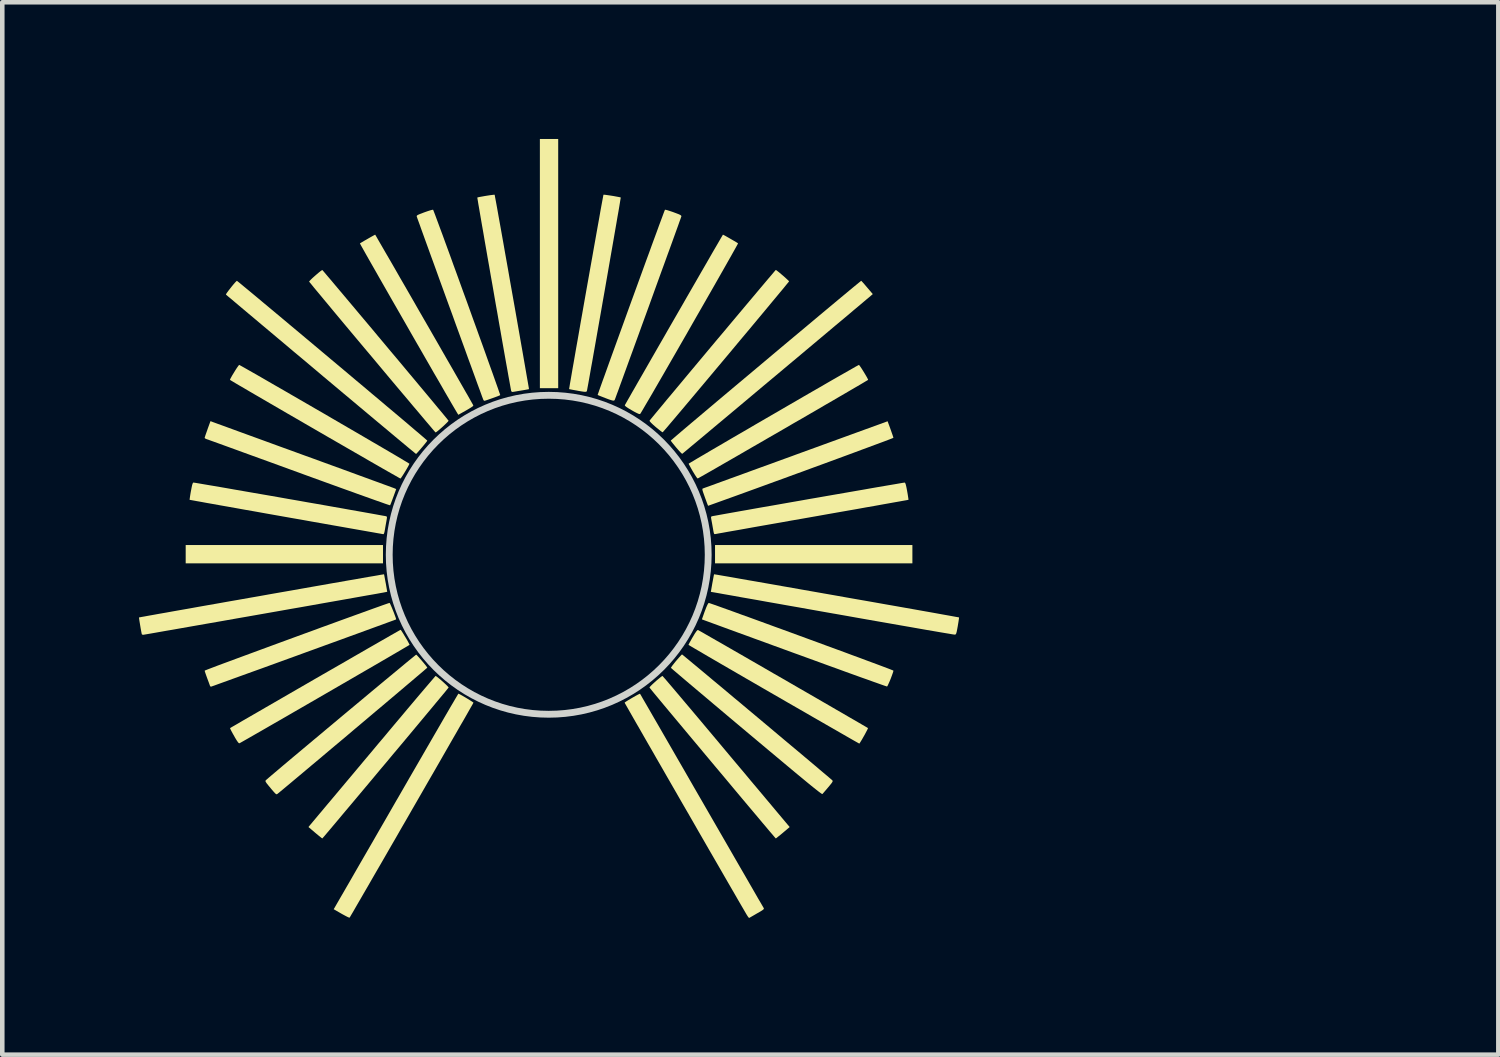
<source format=kicad_pcb>
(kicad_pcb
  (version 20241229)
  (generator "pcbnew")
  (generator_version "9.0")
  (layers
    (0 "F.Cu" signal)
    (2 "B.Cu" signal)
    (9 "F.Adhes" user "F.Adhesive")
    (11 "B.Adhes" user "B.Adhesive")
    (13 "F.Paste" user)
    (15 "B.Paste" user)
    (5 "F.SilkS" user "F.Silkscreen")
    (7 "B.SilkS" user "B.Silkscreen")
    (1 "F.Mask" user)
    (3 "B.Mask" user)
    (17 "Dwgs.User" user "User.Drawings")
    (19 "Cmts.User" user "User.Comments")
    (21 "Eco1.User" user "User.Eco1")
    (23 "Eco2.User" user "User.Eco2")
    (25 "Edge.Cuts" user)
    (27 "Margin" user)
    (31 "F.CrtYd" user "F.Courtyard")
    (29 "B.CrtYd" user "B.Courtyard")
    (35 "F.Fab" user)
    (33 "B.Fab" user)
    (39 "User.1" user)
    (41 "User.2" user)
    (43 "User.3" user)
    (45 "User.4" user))
  (footprint "_FP_Pot_15mmKnob_StdScale"
    (layer "F.Cu")
    (at 8.992 9.125)
    (property "Reference" "_FP_Pot_15mmKnob_StdScale" (at -4.6 -4.1 0) (layer "Eco2.User") (effects (font (size 1 1) (thickness 0.15)) (justify left bottom)))
    (attr through_hole)
    (fp_poly (pts (xy -3.637 -0.013) (xy -3.637 0.188) (xy -5.802 0.188) (xy -7.967 0.188) (xy -7.967 -0.013) (xy -7.967 -0.214) (xy -5.802 -0.214) (xy -3.637 -0.214)) (stroke (width 0) (type solid)) (fill yes) (layer "F.SilkS"))
    (fp_poly (pts (xy 0.208 -6.391) (xy 0.208 -3.656) (xy 0.007 -3.656) (xy -0.194 -3.656) (xy -0.194 -6.391) (xy -0.194 -9.125) (xy 0.007 -9.125) (xy 0.208 -9.125)) (stroke (width 0) (type solid)) (fill yes) (layer "F.SilkS"))
    (fp_poly (pts (xy 7.981 -0.013) (xy 7.981 0.188) (xy 5.816 0.188) (xy 3.65 0.188) (xy 3.65 -0.013) (xy 3.65 -0.214) (xy 5.816 -0.214) (xy 7.981 -0.214)) (stroke (width 0) (type solid)) (fill yes) (layer "F.SilkS"))
    (fp_poly (pts (xy 7.501 -2.756) (xy 7.524 -2.69) (xy 7.544 -2.633) (xy 7.558 -2.591) (xy 7.564 -2.569) (xy 7.564 -2.567) (xy 7.551 -2.561) (xy 7.514 -2.546) (xy 7.454 -2.523) (xy 7.373 -2.492) (xy 7.273 -2.455) (xy 7.154 -2.411) (xy 7.02 -2.361) (xy 6.871 -2.306) (xy 6.71 -2.246) (xy 6.537 -2.182) (xy 6.355 -2.115) (xy 6.165 -2.045) (xy 5.969 -1.973) (xy 5.769 -1.9) (xy 5.566 -1.825) (xy 5.361 -1.751) (xy 5.158 -1.676) (xy 4.956 -1.603) (xy 4.759 -1.531) (xy 4.567 -1.461) (xy 4.382 -1.394) (xy 4.206 -1.33) (xy 4.04 -1.27) (xy 3.887 -1.215) (xy 3.748 -1.165) (xy 3.662 -1.134) (xy 3.497 -1.075) (xy 3.482 -1.113) (xy 3.471 -1.141) (xy 3.454 -1.189) (xy 3.432 -1.248) (xy 3.414 -1.299) (xy 3.391 -1.364) (xy 3.377 -1.407) (xy 3.372 -1.434) (xy 3.373 -1.448) (xy 3.382 -1.455) (xy 3.384 -1.455) (xy 3.399 -1.461) (xy 3.44 -1.476) (xy 3.503 -1.498) (xy 3.588 -1.529) (xy 3.694 -1.568) (xy 3.818 -1.613) (xy 3.96 -1.665) (xy 4.118 -1.722) (xy 4.291 -1.785) (xy 4.477 -1.853) (xy 4.675 -1.925) (xy 4.883 -2) (xy 5.101 -2.08) (xy 5.325 -2.161) (xy 5.422 -2.197) (xy 7.437 -2.93)) (stroke (width 0) (type solid)) (fill yes) (layer "F.SilkS"))
    (fp_poly (pts (xy 2.506 2.669) (xy 2.533 2.7) (xy 2.576 2.749) (xy 2.633 2.816) (xy 2.703 2.898) (xy 2.786 2.996) (xy 2.88 3.107) (xy 2.984 3.231) (xy 3.098 3.365) (xy 3.219 3.509) (xy 3.348 3.662) (xy 3.482 3.822) (xy 3.604 3.967) (xy 3.749 4.14) (xy 3.893 4.312) (xy 4.035 4.482) (xy 4.174 4.647) (xy 4.308 4.806) (xy 4.434 4.958) (xy 4.553 5.099) (xy 4.662 5.229) (xy 4.76 5.346) (xy 4.846 5.448) (xy 4.917 5.533) (xy 4.973 5.6) (xy 4.994 5.625) (xy 5.288 5.975) (xy 5.139 6.101) (xy 5.085 6.146) (xy 5.038 6.183) (xy 5.004 6.211) (xy 4.985 6.224) (xy 4.983 6.225) (xy 4.973 6.214) (xy 4.947 6.184) (xy 4.905 6.134) (xy 4.847 6.067) (xy 4.776 5.982) (xy 4.692 5.883) (xy 4.596 5.768) (xy 4.489 5.641) (xy 4.371 5.501) (xy 4.245 5.351) (xy 4.11 5.19) (xy 3.969 5.021) (xy 3.821 4.844) (xy 3.667 4.661) (xy 3.596 4.576) (xy 3.44 4.39) (xy 3.29 4.21) (xy 3.145 4.037) (xy 3.007 3.872) (xy 2.877 3.716) (xy 2.755 3.57) (xy 2.643 3.436) (xy 2.542 3.315) (xy 2.452 3.207) (xy 2.375 3.114) (xy 2.312 3.038) (xy 2.263 2.978) (xy 2.23 2.937) (xy 2.213 2.916) (xy 2.211 2.913) (xy 2.219 2.9) (xy 2.244 2.873) (xy 2.281 2.837) (xy 2.326 2.796) (xy 2.373 2.754) (xy 2.419 2.716) (xy 2.458 2.684) (xy 2.486 2.664) (xy 2.496 2.659)) (stroke (width 0) (type solid)) (fill yes) (layer "F.SilkS"))
    (fp_poly (pts (xy -2.466 2.668) (xy -2.435 2.691) (xy -2.394 2.725) (xy -2.347 2.765) (xy -2.3 2.807) (xy -2.257 2.847) (xy -2.223 2.881) (xy -2.201 2.905) (xy -2.197 2.913) (xy -2.206 2.925) (xy -2.232 2.957) (xy -2.273 3.008) (xy -2.329 3.075) (xy -2.398 3.158) (xy -2.479 3.255) (xy -2.57 3.365) (xy -2.672 3.487) (xy -2.781 3.618) (xy -2.898 3.758) (xy -3.021 3.906) (xy -3.149 4.059) (xy -3.281 4.217) (xy -3.416 4.377) (xy -3.551 4.54) (xy -3.688 4.702) (xy -3.823 4.864) (xy -3.956 5.023) (xy -4.086 5.178) (xy -4.211 5.327) (xy -4.331 5.47) (xy -4.445 5.605) (xy -4.55 5.73) (xy -4.646 5.845) (xy -4.732 5.947) (xy -4.806 6.035) (xy -4.868 6.108) (xy -4.916 6.165) (xy -4.95 6.204) (xy -4.967 6.223) (xy -4.969 6.225) (xy -4.981 6.217) (xy -5.011 6.194) (xy -5.054 6.159) (xy -5.106 6.116) (xy -5.125 6.1) (xy -5.273 5.974) (xy -5.021 5.673) (xy -4.979 5.624) (xy -4.922 5.555) (xy -4.849 5.468) (xy -4.762 5.365) (xy -4.664 5.248) (xy -4.554 5.117) (xy -4.435 4.975) (xy -4.308 4.824) (xy -4.174 4.664) (xy -4.035 4.498) (xy -3.892 4.328) (xy -3.747 4.154) (xy -3.63 4.016) (xy -3.489 3.847) (xy -3.353 3.685) (xy -3.223 3.531) (xy -3.1 3.384) (xy -2.985 3.248) (xy -2.879 3.122) (xy -2.783 3.009) (xy -2.698 2.909) (xy -2.626 2.825) (xy -2.567 2.756) (xy -2.523 2.705) (xy -2.495 2.672) (xy -2.483 2.659) (xy -2.482 2.659)) (stroke (width 0) (type solid)) (fill yes) (layer "F.SilkS"))
    (fp_poly (pts (xy -7.386 -2.919) (xy -7.369 -2.912) (xy -7.327 -2.897) (xy -7.262 -2.873) (xy -7.176 -2.842) (xy -7.069 -2.803) (xy -6.943 -2.757) (xy -6.801 -2.705) (xy -6.642 -2.647) (xy -6.469 -2.584) (xy -6.282 -2.516) (xy -6.085 -2.444) (xy -5.877 -2.368) (xy -5.661 -2.29) (xy -5.437 -2.208) (xy -5.385 -2.189) (xy -5.16 -2.108) (xy -4.942 -2.028) (xy -4.733 -1.952) (xy -4.532 -1.879) (xy -4.344 -1.81) (xy -4.167 -1.745) (xy -4.005 -1.686) (xy -3.858 -1.632) (xy -3.728 -1.585) (xy -3.617 -1.544) (xy -3.526 -1.511) (xy -3.456 -1.485) (xy -3.409 -1.468) (xy -3.386 -1.459) (xy -3.384 -1.458) (xy -3.347 -1.442) (xy -3.41 -1.269) (xy -3.434 -1.204) (xy -3.455 -1.149) (xy -3.471 -1.108) (xy -3.481 -1.087) (xy -3.482 -1.086) (xy -3.496 -1.09) (xy -3.534 -1.102) (xy -3.596 -1.123) (xy -3.679 -1.153) (xy -3.783 -1.189) (xy -3.906 -1.233) (xy -4.046 -1.283) (xy -4.203 -1.339) (xy -4.374 -1.401) (xy -4.558 -1.467) (xy -4.754 -1.538) (xy -4.961 -1.613) (xy -5.176 -1.691) (xy -5.399 -1.772) (xy -5.469 -1.798) (xy -5.695 -1.88) (xy -5.914 -1.96) (xy -6.125 -2.037) (xy -6.327 -2.11) (xy -6.517 -2.179) (xy -6.696 -2.244) (xy -6.86 -2.304) (xy -7.009 -2.358) (xy -7.141 -2.406) (xy -7.254 -2.447) (xy -7.348 -2.481) (xy -7.421 -2.507) (xy -7.47 -2.525) (xy -7.496 -2.534) (xy -7.499 -2.534) (xy -7.532 -2.548) (xy -7.55 -2.562) (xy -7.551 -2.565) (xy -7.546 -2.584) (xy -7.534 -2.622) (xy -7.515 -2.676) (xy -7.492 -2.741) (xy -7.487 -2.757) (xy -7.423 -2.933)) (stroke (width 0) (type solid)) (fill yes) (layer "F.SilkS"))
    (fp_poly (pts (xy -6.777 -4.159) (xy -6.739 -4.138) (xy -6.68 -4.105) (xy -6.603 -4.061) (xy -6.508 -4.007) (xy -6.397 -3.944) (xy -6.272 -3.872) (xy -6.134 -3.792) (xy -5.985 -3.706) (xy -5.826 -3.615) (xy -5.659 -3.518) (xy -5.486 -3.418) (xy -5.308 -3.315) (xy -5.127 -3.21) (xy -4.943 -3.104) (xy -4.76 -2.997) (xy -4.578 -2.891) (xy -4.399 -2.787) (xy -4.225 -2.686) (xy -4.057 -2.588) (xy -3.897 -2.494) (xy -3.745 -2.406) (xy -3.605 -2.324) (xy -3.477 -2.249) (xy -3.363 -2.182) (xy -3.265 -2.124) (xy -3.184 -2.075) (xy -3.121 -2.038) (xy -3.079 -2.012) (xy -3.058 -1.999) (xy -3.057 -1.998) (xy -3.067 -1.974) (xy -3.087 -1.936) (xy -3.115 -1.887) (xy -3.147 -1.833) (xy -3.18 -1.779) (xy -3.21 -1.732) (xy -3.235 -1.695) (xy -3.251 -1.675) (xy -3.254 -1.673) (xy -3.268 -1.68) (xy -3.304 -1.7) (xy -3.361 -1.733) (xy -3.439 -1.777) (xy -3.536 -1.832) (xy -3.65 -1.897) (xy -3.78 -1.972) (xy -3.925 -2.055) (xy -4.083 -2.147) (xy -4.254 -2.245) (xy -4.436 -2.35) (xy -4.628 -2.461) (xy -4.828 -2.576) (xy -5.035 -2.696) (xy -5.132 -2.752) (xy -5.341 -2.873) (xy -5.544 -2.991) (xy -5.74 -3.104) (xy -5.925 -3.212) (xy -6.101 -3.314) (xy -6.264 -3.409) (xy -6.415 -3.497) (xy -6.551 -3.576) (xy -6.671 -3.647) (xy -6.775 -3.707) (xy -6.86 -3.757) (xy -6.925 -3.796) (xy -6.97 -3.823) (xy -6.993 -3.837) (xy -6.995 -3.839) (xy -6.989 -3.858) (xy -6.97 -3.893) (xy -6.944 -3.94) (xy -6.912 -3.992) (xy -6.879 -4.046) (xy -6.847 -4.096) (xy -6.819 -4.136) (xy -6.8 -4.161) (xy -6.792 -4.167)) (stroke (width 0) (type solid)) (fill yes) (layer "F.SilkS"))
    (fp_poly (pts (xy -4.958 -6.238) (xy -4.931 -6.207) (xy -4.889 -6.157) (xy -4.833 -6.091) (xy -4.763 -6.009) (xy -4.682 -5.912) (xy -4.59 -5.803) (xy -4.488 -5.682) (xy -4.378 -5.551) (xy -4.26 -5.411) (xy -4.137 -5.264) (xy -4.008 -5.111) (xy -3.876 -4.954) (xy -3.742 -4.793) (xy -3.606 -4.631) (xy -3.47 -4.468) (xy -3.334 -4.307) (xy -3.201 -4.148) (xy -3.072 -3.993) (xy -2.946 -3.843) (xy -2.827 -3.7) (xy -2.714 -3.565) (xy -2.609 -3.439) (xy -2.514 -3.325) (xy -2.429 -3.222) (xy -2.355 -3.134) (xy -2.294 -3.06) (xy -2.247 -3.003) (xy -2.216 -2.964) (xy -2.2 -2.945) (xy -2.198 -2.942) (xy -2.206 -2.929) (xy -2.231 -2.902) (xy -2.268 -2.866) (xy -2.312 -2.824) (xy -2.359 -2.782) (xy -2.405 -2.742) (xy -2.444 -2.71) (xy -2.472 -2.69) (xy -2.483 -2.685) (xy -2.493 -2.695) (xy -2.52 -2.726) (xy -2.562 -2.775) (xy -2.619 -2.843) (xy -2.691 -2.927) (xy -2.775 -3.027) (xy -2.871 -3.141) (xy -2.979 -3.268) (xy -3.096 -3.408) (xy -3.223 -3.558) (xy -3.358 -3.718) (xy -3.5 -3.887) (xy -3.648 -4.064) (xy -3.801 -4.247) (xy -3.872 -4.332) (xy -4.028 -4.517) (xy -4.179 -4.697) (xy -4.324 -4.87) (xy -4.462 -5.035) (xy -4.592 -5.191) (xy -4.714 -5.337) (xy -4.825 -5.471) (xy -4.927 -5.593) (xy -5.016 -5.701) (xy -5.093 -5.793) (xy -5.157 -5.87) (xy -5.205 -5.93) (xy -5.239 -5.971) (xy -5.256 -5.992) (xy -5.258 -5.995) (xy -5.249 -6.009) (xy -5.223 -6.036) (xy -5.186 -6.072) (xy -5.14 -6.113) (xy -5.092 -6.155) (xy -5.046 -6.194) (xy -5.007 -6.225) (xy -4.979 -6.244) (xy -4.968 -6.249)) (stroke (width 0) (type solid)) (fill yes) (layer "F.SilkS"))
    (fp_poly (pts (xy 3.53 1.062) (xy 3.571 1.076) (xy 3.634 1.098) (xy 3.719 1.128) (xy 3.822 1.165) (xy 3.942 1.208) (xy 4.078 1.257) (xy 4.228 1.312) (xy 4.39 1.37) (xy 4.563 1.433) (xy 4.744 1.499) (xy 4.932 1.568) (xy 5.125 1.638) (xy 5.322 1.71) (xy 5.521 1.783) (xy 5.72 1.856) (xy 5.917 1.928) (xy 6.111 2) (xy 6.3 2.069) (xy 6.483 2.136) (xy 6.657 2.201) (xy 6.821 2.261) (xy 6.973 2.318) (xy 7.111 2.369) (xy 7.235 2.415) (xy 7.341 2.455) (xy 7.429 2.488) (xy 7.496 2.514) (xy 7.541 2.532) (xy 7.563 2.541) (xy 7.564 2.542) (xy 7.56 2.567) (xy 7.546 2.608) (xy 7.527 2.661) (xy 7.505 2.72) (xy 7.481 2.778) (xy 7.458 2.829) (xy 7.44 2.868) (xy 7.427 2.889) (xy 7.424 2.891) (xy 7.409 2.886) (xy 7.369 2.873) (xy 7.306 2.851) (xy 7.222 2.821) (xy 7.117 2.784) (xy 6.993 2.739) (xy 6.851 2.689) (xy 6.693 2.632) (xy 6.521 2.57) (xy 6.335 2.502) (xy 6.138 2.431) (xy 5.93 2.355) (xy 5.713 2.276) (xy 5.488 2.194) (xy 5.385 2.157) (xy 5.158 2.074) (xy 4.938 1.994) (xy 4.726 1.916) (xy 4.524 1.843) (xy 4.334 1.773) (xy 4.157 1.709) (xy 3.993 1.649) (xy 3.846 1.595) (xy 3.715 1.547) (xy 3.603 1.506) (xy 3.51 1.472) (xy 3.439 1.446) (xy 3.39 1.428) (xy 3.366 1.419) (xy 3.363 1.418) (xy 3.366 1.405) (xy 3.378 1.371) (xy 3.396 1.32) (xy 3.418 1.257) (xy 3.426 1.236) (xy 3.458 1.152) (xy 3.484 1.095) (xy 3.503 1.064) (xy 3.512 1.057)) (stroke (width 0) (type solid)) (fill yes) (layer "F.SilkS"))
    (fp_poly (pts (xy -3.799 -7.01) (xy -3.777 -6.972) (xy -3.744 -6.914) (xy -3.699 -6.836) (xy -3.644 -6.741) (xy -3.58 -6.63) (xy -3.507 -6.505) (xy -3.427 -6.367) (xy -3.341 -6.217) (xy -3.25 -6.058) (xy -3.153 -5.891) (xy -3.053 -5.717) (xy -2.95 -5.538) (xy -2.846 -5.356) (xy -2.74 -5.172) (xy -2.634 -4.989) (xy -2.529 -4.806) (xy -2.426 -4.627) (xy -2.326 -4.452) (xy -2.229 -4.283) (xy -2.136 -4.122) (xy -2.049 -3.97) (xy -1.969 -3.83) (xy -1.895 -3.701) (xy -1.83 -3.587) (xy -1.773 -3.489) (xy -1.727 -3.407) (xy -1.692 -3.345) (xy -1.668 -3.303) (xy -1.657 -3.283) (xy -1.656 -3.282) (xy -1.656 -3.273) (xy -1.663 -3.263) (xy -1.679 -3.25) (xy -1.707 -3.231) (xy -1.75 -3.205) (xy -1.811 -3.169) (xy -1.893 -3.123) (xy -1.925 -3.105) (xy -1.983 -3.072) (xy -2.004 -3.104) (xy -2.02 -3.131) (xy -2.049 -3.18) (xy -2.089 -3.248) (xy -2.14 -3.335) (xy -2.2 -3.439) (xy -2.269 -3.557) (xy -2.345 -3.69) (xy -2.428 -3.834) (xy -2.518 -3.988) (xy -2.612 -4.152) (xy -2.71 -4.322) (xy -2.811 -4.498) (xy -2.915 -4.678) (xy -3.02 -4.861) (xy -3.125 -5.045) (xy -3.23 -5.228) (xy -3.333 -5.408) (xy -3.435 -5.585) (xy -3.533 -5.757) (xy -3.627 -5.921) (xy -3.716 -6.077) (xy -3.799 -6.223) (xy -3.875 -6.356) (xy -3.944 -6.477) (xy -4.004 -6.583) (xy -4.054 -6.672) (xy -4.094 -6.743) (xy -4.123 -6.795) (xy -4.139 -6.825) (xy -4.143 -6.833) (xy -4.128 -6.843) (xy -4.096 -6.862) (xy -4.051 -6.889) (xy -3.998 -6.919) (xy -3.943 -6.951) (xy -3.892 -6.98) (xy -3.849 -7.004) (xy -3.819 -7.02) (xy -3.809 -7.025)) (stroke (width 0) (type solid)) (fill yes) (layer "F.SilkS"))
    (fp_poly (pts (xy 3.835 -7.02) (xy 3.866 -7.004) (xy 3.91 -6.979) (xy 3.961 -6.95) (xy 4.016 -6.918) (xy 4.068 -6.888) (xy 4.112 -6.862) (xy 4.143 -6.843) (xy 4.154 -6.835) (xy 4.149 -6.822) (xy 4.13 -6.787) (xy 4.099 -6.731) (xy 4.057 -6.656) (xy 4.005 -6.563) (xy 3.943 -6.454) (xy 3.873 -6.33) (xy 3.795 -6.193) (xy 3.711 -6.045) (xy 3.621 -5.887) (xy 3.526 -5.721) (xy 3.427 -5.548) (xy 3.325 -5.37) (xy 3.221 -5.189) (xy 3.116 -5.005) (xy 3.011 -4.821) (xy 2.906 -4.639) (xy 2.803 -4.459) (xy 2.702 -4.284) (xy 2.604 -4.114) (xy 2.511 -3.952) (xy 2.422 -3.799) (xy 2.34 -3.657) (xy 2.265 -3.527) (xy 2.197 -3.411) (xy 2.138 -3.311) (xy 2.089 -3.227) (xy 2.051 -3.162) (xy 2.024 -3.117) (xy 2.009 -3.094) (xy 2.007 -3.091) (xy 1.995 -3.088) (xy 1.97 -3.094) (xy 1.931 -3.112) (xy 1.873 -3.142) (xy 1.828 -3.168) (xy 1.753 -3.212) (xy 1.703 -3.245) (xy 1.675 -3.269) (xy 1.67 -3.282) (xy 1.677 -3.295) (xy 1.697 -3.33) (xy 1.729 -3.387) (xy 1.773 -3.463) (xy 1.826 -3.557) (xy 1.889 -3.666) (xy 1.96 -3.791) (xy 2.039 -3.928) (xy 2.124 -4.076) (xy 2.215 -4.235) (xy 2.311 -4.402) (xy 2.41 -4.575) (xy 2.513 -4.753) (xy 2.617 -4.935) (xy 2.723 -5.119) (xy 2.829 -5.303) (xy 2.934 -5.485) (xy 3.037 -5.665) (xy 3.138 -5.84) (xy 3.236 -6.01) (xy 3.329 -6.172) (xy 3.417 -6.324) (xy 3.499 -6.466) (xy 3.573 -6.595) (xy 3.64 -6.711) (xy 3.698 -6.81) (xy 3.746 -6.893) (xy 3.783 -6.957) (xy 3.809 -7.001) (xy 3.822 -7.023) (xy 3.823 -7.025)) (stroke (width 0) (type solid)) (fill yes) (layer "F.SilkS"))
    (fp_poly (pts (xy -7.783 -1.583) (xy -7.742 -1.577) (xy -7.678 -1.566) (xy -7.591 -1.551) (xy -7.485 -1.533) (xy -7.36 -1.512) (xy -7.219 -1.488) (xy -7.063 -1.461) (xy -6.894 -1.431) (xy -6.714 -1.4) (xy -6.525 -1.367) (xy -6.328 -1.333) (xy -6.125 -1.298) (xy -5.919 -1.262) (xy -5.711 -1.225) (xy -5.502 -1.189) (xy -5.295 -1.152) (xy -5.092 -1.117) (xy -4.893 -1.082) (xy -4.702 -1.048) (xy -4.519 -1.016) (xy -4.347 -0.985) (xy -4.187 -0.957) (xy -4.041 -0.931) (xy -3.912 -0.908) (xy -3.8 -0.888) (xy -3.708 -0.871) (xy -3.637 -0.858) (xy -3.589 -0.85) (xy -3.567 -0.845) (xy -3.566 -0.845) (xy -3.555 -0.838) (xy -3.55 -0.824) (xy -3.553 -0.794) (xy -3.561 -0.745) (xy -3.573 -0.679) (xy -3.586 -0.605) (xy -3.595 -0.551) (xy -3.605 -0.498) (xy -3.617 -0.463) (xy -3.627 -0.452) (xy -3.643 -0.454) (xy -3.684 -0.462) (xy -3.749 -0.473) (xy -3.838 -0.489) (xy -3.947 -0.508) (xy -4.077 -0.531) (xy -4.225 -0.557) (xy -4.39 -0.586) (xy -4.57 -0.618) (xy -4.765 -0.652) (xy -4.972 -0.689) (xy -5.19 -0.727) (xy -5.417 -0.768) (xy -5.653 -0.809) (xy -5.76 -0.828) (xy -5.998 -0.87) (xy -6.229 -0.911) (xy -6.451 -0.951) (xy -6.663 -0.988) (xy -6.862 -1.024) (xy -7.048 -1.057) (xy -7.219 -1.087) (xy -7.374 -1.115) (xy -7.511 -1.139) (xy -7.629 -1.161) (xy -7.726 -1.178) (xy -7.801 -1.192) (xy -7.852 -1.201) (xy -7.878 -1.206) (xy -7.881 -1.206) (xy -7.88 -1.221) (xy -7.875 -1.257) (xy -7.867 -1.311) (xy -7.856 -1.376) (xy -7.852 -1.396) (xy -7.837 -1.476) (xy -7.825 -1.532) (xy -7.813 -1.567) (xy -7.803 -1.583) (xy -7.798 -1.585)) (stroke (width 0) (type solid)) (fill yes) (layer "F.SilkS"))
    (fp_poly (pts (xy -3.24 1.657) (xy -3.22 1.687) (xy -3.192 1.731) (xy -3.161 1.783) (xy -3.128 1.837) (xy -3.098 1.889) (xy -3.074 1.934) (xy -3.058 1.965) (xy -3.054 1.976) (xy -3.066 1.984) (xy -3.1 2.005) (xy -3.155 2.037) (xy -3.23 2.081) (xy -3.322 2.135) (xy -3.43 2.198) (xy -3.553 2.27) (xy -3.689 2.349) (xy -3.837 2.435) (xy -3.994 2.526) (xy -4.16 2.622) (xy -4.332 2.722) (xy -4.51 2.825) (xy -4.691 2.93) (xy -4.874 3.036) (xy -5.057 3.142) (xy -5.239 3.247) (xy -5.419 3.351) (xy -5.594 3.452) (xy -5.763 3.55) (xy -5.925 3.643) (xy -6.078 3.731) (xy -6.22 3.813) (xy -6.35 3.888) (xy -6.466 3.954) (xy -6.567 4.012) (xy -6.651 4.06) (xy -6.716 4.097) (xy -6.762 4.123) (xy -6.785 4.135) (xy -6.788 4.137) (xy -6.801 4.133) (xy -6.82 4.113) (xy -6.847 4.074) (xy -6.884 4.013) (xy -6.904 3.977) (xy -6.938 3.917) (xy -6.966 3.865) (xy -6.985 3.826) (xy -6.993 3.806) (xy -6.994 3.804) (xy -6.98 3.796) (xy -6.945 3.775) (xy -6.889 3.743) (xy -6.813 3.699) (xy -6.72 3.644) (xy -6.61 3.581) (xy -6.486 3.509) (xy -6.349 3.43) (xy -6.201 3.344) (xy -6.043 3.253) (xy -5.877 3.157) (xy -5.704 3.057) (xy -5.526 2.954) (xy -5.344 2.849) (xy -5.161 2.743) (xy -4.977 2.637) (xy -4.794 2.532) (xy -4.615 2.429) (xy -4.439 2.328) (xy -4.27 2.23) (xy -4.108 2.137) (xy -3.956 2.049) (xy -3.814 1.968) (xy -3.684 1.893) (xy -3.568 1.827) (xy -3.468 1.769) (xy -3.385 1.722) (xy -3.32 1.685) (xy -3.276 1.66) (xy -3.253 1.647) (xy -3.25 1.646)) (stroke (width 0) (type solid)) (fill yes) (layer "F.SilkS"))
    (fp_poly (pts (xy 3.275 1.65) (xy 3.289 1.658) (xy 3.325 1.678) (xy 3.382 1.71) (xy 3.458 1.754) (xy 3.552 1.808) (xy 3.662 1.871) (xy 3.787 1.942) (xy 3.924 2.021) (xy 4.073 2.107) (xy 4.232 2.198) (xy 4.398 2.294) (xy 4.572 2.394) (xy 4.75 2.497) (xy 4.931 2.602) (xy 5.115 2.707) (xy 5.298 2.813) (xy 5.481 2.919) (xy 5.66 3.022) (xy 5.835 3.123) (xy 6.004 3.221) (xy 6.165 3.314) (xy 6.316 3.402) (xy 6.457 3.483) (xy 6.585 3.558) (xy 6.7 3.624) (xy 6.798 3.681) (xy 6.88 3.729) (xy 6.942 3.765) (xy 6.985 3.79) (xy 7.005 3.802) (xy 7.006 3.803) (xy 7.002 3.817) (xy 6.987 3.849) (xy 6.963 3.894) (xy 6.935 3.947) (xy 6.903 4.003) (xy 6.873 4.056) (xy 6.846 4.1) (xy 6.826 4.132) (xy 6.816 4.144) (xy 6.816 4.144) (xy 6.803 4.137) (xy 6.768 4.117) (xy 6.711 4.085) (xy 6.634 4.041) (xy 6.538 3.986) (xy 6.425 3.921) (xy 6.295 3.846) (xy 6.15 3.763) (xy 5.992 3.672) (xy 5.821 3.574) (xy 5.64 3.469) (xy 5.448 3.359) (xy 5.248 3.244) (xy 5.041 3.124) (xy 4.938 3.065) (xy 4.728 2.944) (xy 4.525 2.826) (xy 4.329 2.713) (xy 4.143 2.605) (xy 3.967 2.503) (xy 3.803 2.408) (xy 3.652 2.32) (xy 3.516 2.241) (xy 3.395 2.17) (xy 3.291 2.109) (xy 3.205 2.059) (xy 3.139 2.02) (xy 3.094 1.993) (xy 3.071 1.979) (xy 3.068 1.976) (xy 3.074 1.962) (xy 3.092 1.927) (xy 3.119 1.879) (xy 3.152 1.82) (xy 3.161 1.806) (xy 3.204 1.733) (xy 3.237 1.684) (xy 3.26 1.657) (xy 3.275 1.65)) (stroke (width 0) (type solid)) (fill yes) (layer "F.SilkS"))
    (fp_poly (pts (xy 4.998 -6.243) (xy 5.028 -6.22) (xy 5.069 -6.187) (xy 5.116 -6.147) (xy 5.164 -6.106) (xy 5.208 -6.066) (xy 5.245 -6.032) (xy 5.268 -6.009) (xy 5.274 -6) (xy 5.266 -5.988) (xy 5.24 -5.957) (xy 5.199 -5.907) (xy 5.144 -5.839) (xy 5.075 -5.757) (xy 4.995 -5.66) (xy 4.903 -5.55) (xy 4.802 -5.428) (xy 4.693 -5.297) (xy 4.576 -5.157) (xy 4.453 -5.009) (xy 4.325 -4.856) (xy 4.193 -4.699) (xy 4.059 -4.538) (xy 3.923 -4.375) (xy 3.787 -4.213) (xy 3.651 -4.051) (xy 3.518 -3.892) (xy 3.388 -3.737) (xy 3.262 -3.587) (xy 3.142 -3.444) (xy 3.028 -3.309) (xy 2.923 -3.184) (xy 2.826 -3.069) (xy 2.74 -2.967) (xy 2.665 -2.879) (xy 2.603 -2.805) (xy 2.554 -2.749) (xy 2.52 -2.71) (xy 2.503 -2.69) (xy 2.501 -2.688) (xy 2.487 -2.695) (xy 2.456 -2.717) (xy 2.413 -2.751) (xy 2.361 -2.793) (xy 2.348 -2.804) (xy 2.292 -2.853) (xy 2.249 -2.894) (xy 2.221 -2.925) (xy 2.212 -2.942) (xy 2.212 -2.942) (xy 2.222 -2.955) (xy 2.248 -2.987) (xy 2.29 -3.038) (xy 2.346 -3.106) (xy 2.415 -3.189) (xy 2.496 -3.286) (xy 2.587 -3.397) (xy 2.689 -3.518) (xy 2.799 -3.65) (xy 2.916 -3.79) (xy 3.039 -3.938) (xy 3.167 -4.091) (xy 3.299 -4.249) (xy 3.433 -4.409) (xy 3.569 -4.572) (xy 3.705 -4.734) (xy 3.841 -4.895) (xy 3.974 -5.054) (xy 4.104 -5.209) (xy 4.229 -5.358) (xy 4.349 -5.501) (xy 4.462 -5.635) (xy 4.567 -5.76) (xy 4.663 -5.874) (xy 4.749 -5.976) (xy 4.823 -6.064) (xy 4.885 -6.136) (xy 4.932 -6.192) (xy 4.965 -6.231) (xy 4.982 -6.249) (xy 4.984 -6.251)) (stroke (width 0) (type solid)) (fill yes) (layer "F.SilkS"))
    (fp_poly (pts (xy 6.818 -4.157) (xy 6.839 -4.128) (xy 6.868 -4.085) (xy 6.9 -4.034) (xy 6.933 -3.98) (xy 6.964 -3.928) (xy 6.989 -3.884) (xy 7.005 -3.852) (xy 7.009 -3.839) (xy 6.998 -3.831) (xy 6.963 -3.811) (xy 6.908 -3.778) (xy 6.834 -3.734) (xy 6.741 -3.68) (xy 6.633 -3.617) (xy 6.51 -3.545) (xy 6.374 -3.466) (xy 6.227 -3.38) (xy 6.069 -3.289) (xy 5.904 -3.192) (xy 5.731 -3.092) (xy 5.554 -2.989) (xy 5.372 -2.885) (xy 5.189 -2.778) (xy 5.006 -2.672) (xy 4.823 -2.567) (xy 4.644 -2.463) (xy 4.468 -2.362) (xy 4.299 -2.264) (xy 4.137 -2.17) (xy 3.984 -2.082) (xy 3.841 -2) (xy 3.711 -1.925) (xy 3.595 -1.858) (xy 3.493 -1.8) (xy 3.409 -1.752) (xy 3.343 -1.715) (xy 3.297 -1.689) (xy 3.273 -1.676) (xy 3.27 -1.675) (xy 3.257 -1.684) (xy 3.235 -1.714) (xy 3.205 -1.76) (xy 3.171 -1.816) (xy 3.164 -1.827) (xy 3.13 -1.887) (xy 3.102 -1.938) (xy 3.081 -1.977) (xy 3.071 -1.997) (xy 3.071 -1.998) (xy 3.082 -2.006) (xy 3.116 -2.027) (xy 3.171 -2.059) (xy 3.245 -2.104) (xy 3.337 -2.158) (xy 3.445 -2.221) (xy 3.568 -2.294) (xy 3.704 -2.373) (xy 3.851 -2.459) (xy 4.008 -2.551) (xy 4.173 -2.647) (xy 4.346 -2.747) (xy 4.523 -2.851) (xy 4.704 -2.956) (xy 4.887 -3.062) (xy 5.07 -3.168) (xy 5.252 -3.274) (xy 5.432 -3.378) (xy 5.607 -3.48) (xy 5.777 -3.578) (xy 5.939 -3.671) (xy 6.092 -3.76) (xy 6.234 -3.842) (xy 6.365 -3.917) (xy 6.481 -3.983) (xy 6.583 -4.041) (xy 6.667 -4.089) (xy 6.733 -4.127) (xy 6.779 -4.152) (xy 6.804 -4.165) (xy 6.807 -4.167)) (stroke (width 0) (type solid)) (fill yes) (layer "F.SilkS"))
    (fp_poly (pts (xy -3.484 1.068) (xy -3.469 1.1) (xy -3.448 1.148) (xy -3.425 1.204) (xy -3.401 1.263) (xy -3.38 1.32) (xy -3.362 1.369) (xy -3.351 1.403) (xy -3.349 1.418) (xy -3.349 1.418) (xy -3.363 1.424) (xy -3.4 1.438) (xy -3.461 1.46) (xy -3.543 1.49) (xy -3.643 1.527) (xy -3.762 1.57) (xy -3.896 1.619) (xy -4.044 1.673) (xy -4.205 1.732) (xy -4.376 1.794) (xy -4.556 1.86) (xy -4.744 1.928) (xy -4.937 1.998) (xy -5.134 2.07) (xy -5.333 2.142) (xy -5.532 2.215) (xy -5.731 2.287) (xy -5.926 2.358) (xy -6.116 2.427) (xy -6.3 2.494) (xy -6.476 2.557) (xy -6.642 2.617) (xy -6.797 2.673) (xy -6.938 2.724) (xy -7.064 2.77) (xy -7.173 2.809) (xy -7.264 2.842) (xy -7.335 2.868) (xy -7.384 2.885) (xy -7.41 2.894) (xy -7.413 2.895) (xy -7.43 2.884) (xy -7.433 2.878) (xy -7.44 2.858) (xy -7.454 2.819) (xy -7.474 2.765) (xy -7.495 2.709) (xy -7.517 2.648) (xy -7.535 2.596) (xy -7.547 2.559) (xy -7.55 2.543) (xy -7.538 2.537) (xy -7.501 2.522) (xy -7.441 2.499) (xy -7.36 2.468) (xy -7.26 2.43) (xy -7.142 2.386) (xy -7.009 2.337) (xy -6.861 2.282) (xy -6.701 2.223) (xy -6.53 2.16) (xy -6.351 2.094) (xy -6.164 2.025) (xy -5.971 1.954) (xy -5.775 1.882) (xy -5.576 1.809) (xy -5.377 1.736) (xy -5.179 1.664) (xy -4.984 1.592) (xy -4.793 1.523) (xy -4.61 1.456) (xy -4.434 1.392) (xy -4.268 1.332) (xy -4.113 1.276) (xy -3.972 1.225) (xy -3.845 1.179) (xy -3.735 1.14) (xy -3.644 1.107) (xy -3.572 1.082) (xy -3.523 1.065) (xy -3.496 1.057) (xy -3.493 1.056)) (stroke (width 0) (type solid)) (fill yes) (layer "F.SilkS"))
    (fp_poly (pts (xy -1.187 -7.902) (xy -1.184 -7.888) (xy -1.177 -7.848) (xy -1.165 -7.785) (xy -1.149 -7.699) (xy -1.13 -7.594) (xy -1.108 -7.47) (xy -1.083 -7.33) (xy -1.055 -7.175) (xy -1.025 -7.006) (xy -0.993 -6.827) (xy -0.96 -6.638) (xy -0.925 -6.442) (xy -0.889 -6.24) (xy -0.853 -6.033) (xy -0.816 -5.825) (xy -0.779 -5.616) (xy -0.742 -5.408) (xy -0.706 -5.203) (xy -0.671 -5.003) (xy -0.637 -4.81) (xy -0.605 -4.626) (xy -0.574 -4.451) (xy -0.546 -4.289) (xy -0.52 -4.14) (xy -0.497 -4.007) (xy -0.477 -3.892) (xy -0.46 -3.796) (xy -0.447 -3.72) (xy -0.438 -3.668) (xy -0.434 -3.64) (xy -0.434 -3.635) (xy -0.448 -3.632) (xy -0.484 -3.625) (xy -0.535 -3.616) (xy -0.594 -3.606) (xy -0.656 -3.596) (xy -0.714 -3.586) (xy -0.761 -3.578) (xy -0.793 -3.574) (xy -0.801 -3.573) (xy -0.818 -3.584) (xy -0.824 -3.597) (xy -0.828 -3.616) (xy -0.836 -3.659) (xy -0.848 -3.726) (xy -0.864 -3.815) (xy -0.884 -3.924) (xy -0.906 -4.05) (xy -0.932 -4.193) (xy -0.96 -4.35) (xy -0.99 -4.52) (xy -1.022 -4.701) (xy -1.055 -4.891) (xy -1.09 -5.088) (xy -1.125 -5.291) (xy -1.162 -5.497) (xy -1.198 -5.706) (xy -1.234 -5.914) (xy -1.271 -6.121) (xy -1.306 -6.324) (xy -1.341 -6.522) (xy -1.374 -6.713) (xy -1.406 -6.895) (xy -1.435 -7.067) (xy -1.463 -7.226) (xy -1.488 -7.37) (xy -1.51 -7.499) (xy -1.529 -7.61) (xy -1.545 -7.701) (xy -1.556 -7.771) (xy -1.564 -7.817) (xy -1.567 -7.839) (xy -1.567 -7.84) (xy -1.551 -7.845) (xy -1.514 -7.853) (xy -1.463 -7.862) (xy -1.403 -7.873) (xy -1.34 -7.883) (xy -1.281 -7.892) (xy -1.232 -7.898) (xy -1.198 -7.902)) (stroke (width 0) (type solid)) (fill yes) (layer "F.SilkS"))
    (fp_poly (pts (xy 1.253 -7.898) (xy 1.304 -7.891) (xy 1.364 -7.882) (xy 1.427 -7.872) (xy 1.486 -7.861) (xy 1.535 -7.852) (xy 1.569 -7.845) (xy 1.581 -7.84) (xy 1.579 -7.827) (xy 1.572 -7.787) (xy 1.562 -7.724) (xy 1.548 -7.639) (xy 1.53 -7.533) (xy 1.508 -7.41) (xy 1.484 -7.269) (xy 1.457 -7.114) (xy 1.428 -6.946) (xy 1.397 -6.767) (xy 1.364 -6.579) (xy 1.33 -6.383) (xy 1.295 -6.181) (xy 1.259 -5.975) (xy 1.223 -5.767) (xy 1.186 -5.558) (xy 1.15 -5.351) (xy 1.114 -5.147) (xy 1.079 -4.948) (xy 1.045 -4.755) (xy 1.013 -4.572) (xy 0.982 -4.398) (xy 0.954 -4.237) (xy 0.927 -4.09) (xy 0.904 -3.958) (xy 0.884 -3.844) (xy 0.867 -3.75) (xy 0.853 -3.676) (xy 0.844 -3.626) (xy 0.839 -3.6) (xy 0.838 -3.597) (xy 0.833 -3.586) (xy 0.823 -3.579) (xy 0.804 -3.576) (xy 0.771 -3.578) (xy 0.722 -3.585) (xy 0.651 -3.597) (xy 0.611 -3.605) (xy 0.548 -3.616) (xy 0.496 -3.626) (xy 0.461 -3.633) (xy 0.448 -3.636) (xy 0.449 -3.649) (xy 0.456 -3.689) (xy 0.466 -3.752) (xy 0.481 -3.837) (xy 0.499 -3.942) (xy 0.52 -4.065) (xy 0.545 -4.206) (xy 0.572 -4.361) (xy 0.601 -4.529) (xy 0.633 -4.708) (xy 0.666 -4.896) (xy 0.7 -5.093) (xy 0.736 -5.295) (xy 0.772 -5.501) (xy 0.809 -5.71) (xy 0.846 -5.919) (xy 0.883 -6.127) (xy 0.919 -6.331) (xy 0.955 -6.531) (xy 0.989 -6.725) (xy 1.022 -6.909) (xy 1.053 -7.084) (xy 1.082 -7.246) (xy 1.109 -7.395) (xy 1.132 -7.528) (xy 1.153 -7.644) (xy 1.171 -7.741) (xy 1.185 -7.816) (xy 1.195 -7.869) (xy 1.2 -7.898) (xy 1.201 -7.902) (xy 1.217 -7.902)) (stroke (width 0) (type solid)) (fill yes) (layer "F.SilkS"))
    (fp_poly (pts (xy -2.538 -7.572) (xy -2.531 -7.558) (xy -2.516 -7.519) (xy -2.492 -7.457) (xy -2.462 -7.375) (xy -2.424 -7.273) (xy -2.38 -7.154) (xy -2.33 -7.02) (xy -2.276 -6.871) (xy -2.217 -6.71) (xy -2.154 -6.538) (xy -2.089 -6.357) (xy -2.02 -6.169) (xy -1.95 -5.976) (xy -1.879 -5.779) (xy -1.806 -5.58) (xy -1.734 -5.38) (xy -1.663 -5.182) (xy -1.592 -4.987) (xy -1.524 -4.797) (xy -1.457 -4.613) (xy -1.394 -4.437) (xy -1.335 -4.271) (xy -1.28 -4.117) (xy -1.229 -3.976) (xy -1.185 -3.851) (xy -1.146 -3.741) (xy -1.114 -3.651) (xy -1.09 -3.58) (xy -1.073 -3.532) (xy -1.065 -3.507) (xy -1.065 -3.504) (xy -1.082 -3.495) (xy -1.119 -3.48) (xy -1.17 -3.461) (xy -1.228 -3.44) (xy -1.288 -3.419) (xy -1.342 -3.4) (xy -1.384 -3.386) (xy -1.409 -3.379) (xy -1.412 -3.379) (xy -1.429 -3.39) (xy -1.436 -3.403) (xy -1.445 -3.427) (xy -1.463 -3.474) (xy -1.488 -3.544) (xy -1.521 -3.634) (xy -1.561 -3.742) (xy -1.606 -3.867) (xy -1.657 -4.007) (xy -1.713 -4.161) (xy -1.774 -4.326) (xy -1.837 -4.502) (xy -1.904 -4.685) (xy -1.973 -4.875) (xy -2.044 -5.069) (xy -2.115 -5.267) (xy -2.188 -5.466) (xy -2.26 -5.664) (xy -2.331 -5.86) (xy -2.401 -6.052) (xy -2.468 -6.239) (xy -2.533 -6.418) (xy -2.595 -6.588) (xy -2.653 -6.748) (xy -2.706 -6.894) (xy -2.754 -7.027) (xy -2.796 -7.143) (xy -2.831 -7.242) (xy -2.86 -7.321) (xy -2.881 -7.379) (xy -2.893 -7.414) (xy -2.897 -7.425) (xy -2.896 -7.437) (xy -2.887 -7.449) (xy -2.864 -7.462) (xy -2.825 -7.479) (xy -2.765 -7.502) (xy -2.725 -7.517) (xy -2.659 -7.54) (xy -2.603 -7.558) (xy -2.562 -7.569) (xy -2.54 -7.573)) (stroke (width 0) (type solid)) (fill yes) (layer "F.SilkS"))
    (fp_poly (pts (xy 2.938 2.196) (xy 2.969 2.221) (xy 3.018 2.262) (xy 3.085 2.317) (xy 3.167 2.386) (xy 3.264 2.466) (xy 3.373 2.557) (xy 3.494 2.658) (xy 3.625 2.768) (xy 3.765 2.884) (xy 3.912 3.007) (xy 4.064 3.135) (xy 4.222 3.266) (xy 4.382 3.401) (xy 4.544 3.536) (xy 4.706 3.672) (xy 4.867 3.807) (xy 5.025 3.94) (xy 5.18 4.07) (xy 5.329 4.195) (xy 5.472 4.314) (xy 5.606 4.427) (xy 5.731 4.532) (xy 5.845 4.628) (xy 5.946 4.714) (xy 6.034 4.788) (xy 6.107 4.849) (xy 6.163 4.897) (xy 6.201 4.929) (xy 6.22 4.946) (xy 6.221 4.947) (xy 6.23 4.958) (xy 6.231 4.971) (xy 6.223 4.989) (xy 6.203 5.018) (xy 6.169 5.06) (xy 6.134 5.102) (xy 6.09 5.154) (xy 6.051 5.199) (xy 6.022 5.233) (xy 6.006 5.25) (xy 6.006 5.251) (xy 5.999 5.249) (xy 5.984 5.241) (xy 5.959 5.223) (xy 5.924 5.197) (xy 5.878 5.161) (xy 5.82 5.115) (xy 5.749 5.058) (xy 5.665 4.989) (xy 5.566 4.907) (xy 5.452 4.813) (xy 5.322 4.705) (xy 5.175 4.582) (xy 5.01 4.444) (xy 4.827 4.291) (xy 4.624 4.121) (xy 4.401 3.934) (xy 4.338 3.881) (xy 4.152 3.725) (xy 3.972 3.574) (xy 3.799 3.428) (xy 3.634 3.289) (xy 3.479 3.158) (xy 3.334 3.036) (xy 3.2 2.923) (xy 3.079 2.821) (xy 2.972 2.73) (xy 2.88 2.652) (xy 2.804 2.587) (xy 2.745 2.537) (xy 2.705 2.502) (xy 2.685 2.484) (xy 2.682 2.481) (xy 2.689 2.467) (xy 2.71 2.436) (xy 2.742 2.395) (xy 2.78 2.347) (xy 2.821 2.299) (xy 2.86 2.254) (xy 2.894 2.217) (xy 2.917 2.193) (xy 2.926 2.187)) (stroke (width 0) (type solid)) (fill yes) (layer "F.SilkS"))
    (fp_poly (pts (xy 7.824 -1.573) (xy 7.836 -1.541) (xy 7.849 -1.485) (xy 7.865 -1.404) (xy 7.866 -1.396) (xy 7.878 -1.328) (xy 7.887 -1.27) (xy 7.893 -1.229) (xy 7.895 -1.208) (xy 7.895 -1.206) (xy 7.881 -1.204) (xy 7.841 -1.196) (xy 7.777 -1.185) (xy 7.69 -1.169) (xy 7.581 -1.15) (xy 7.453 -1.127) (xy 7.306 -1.101) (xy 7.142 -1.071) (xy 6.963 -1.04) (xy 6.77 -1.005) (xy 6.564 -0.969) (xy 6.347 -0.931) (xy 6.12 -0.891) (xy 5.885 -0.849) (xy 5.788 -0.832) (xy 5.55 -0.79) (xy 5.319 -0.75) (xy 5.097 -0.71) (xy 4.885 -0.673) (xy 4.685 -0.638) (xy 4.498 -0.605) (xy 4.326 -0.574) (xy 4.17 -0.546) (xy 4.031 -0.522) (xy 3.912 -0.501) (xy 3.814 -0.483) (xy 3.738 -0.47) (xy 3.686 -0.46) (xy 3.659 -0.455) (xy 3.655 -0.455) (xy 3.64 -0.453) (xy 3.629 -0.462) (xy 3.621 -0.486) (xy 3.612 -0.53) (xy 3.609 -0.55) (xy 3.597 -0.618) (xy 3.584 -0.692) (xy 3.574 -0.745) (xy 3.565 -0.795) (xy 3.562 -0.823) (xy 3.567 -0.838) (xy 3.579 -0.844) (xy 3.586 -0.846) (xy 3.609 -0.851) (xy 3.657 -0.859) (xy 3.728 -0.872) (xy 3.821 -0.889) (xy 3.933 -0.909) (xy 4.063 -0.932) (xy 4.208 -0.958) (xy 4.368 -0.986) (xy 4.541 -1.017) (xy 4.723 -1.049) (xy 4.915 -1.082) (xy 5.113 -1.117) (xy 5.317 -1.153) (xy 5.524 -1.189) (xy 5.732 -1.226) (xy 5.941 -1.262) (xy 6.147 -1.298) (xy 6.349 -1.333) (xy 6.545 -1.367) (xy 6.734 -1.4) (xy 6.914 -1.431) (xy 7.082 -1.461) (xy 7.238 -1.488) (xy 7.379 -1.512) (xy 7.503 -1.533) (xy 7.609 -1.551) (xy 7.695 -1.566) (xy 7.759 -1.577) (xy 7.799 -1.583) (xy 7.814 -1.585)) (stroke (width 0) (type solid)) (fill yes) (layer "F.SilkS"))
    (fp_poly (pts (xy -2.908 2.192) (xy -2.894 2.203) (xy -2.867 2.232) (xy -2.831 2.272) (xy -2.791 2.318) (xy -2.75 2.366) (xy -2.713 2.411) (xy -2.684 2.448) (xy -2.667 2.472) (xy -2.665 2.477) (xy -2.675 2.487) (xy -2.706 2.513) (xy -2.754 2.555) (xy -2.82 2.611) (xy -2.902 2.68) (xy -2.997 2.761) (xy -3.106 2.853) (xy -3.226 2.955) (xy -3.356 3.065) (xy -3.495 3.182) (xy -3.641 3.306) (xy -3.794 3.434) (xy -3.95 3.566) (xy -4.11 3.701) (xy -4.272 3.837) (xy -4.433 3.974) (xy -4.594 4.109) (xy -4.753 4.242) (xy -4.907 4.372) (xy -5.056 4.498) (xy -5.199 4.617) (xy -5.333 4.73) (xy -5.458 4.835) (xy -5.573 4.931) (xy -5.675 5.017) (xy -5.763 5.09) (xy -5.837 5.152) (xy -5.894 5.199) (xy -5.933 5.231) (xy -5.949 5.244) (xy -5.962 5.253) (xy -5.973 5.256) (xy -5.988 5.249) (xy -6.008 5.231) (xy -6.038 5.198) (xy -6.081 5.148) (xy -6.105 5.119) (xy -6.154 5.06) (xy -6.188 5.018) (xy -6.207 4.989) (xy -6.216 4.971) (xy -6.215 4.958) (xy -6.207 4.947) (xy -6.207 4.947) (xy -6.188 4.93) (xy -6.15 4.897) (xy -6.094 4.849) (xy -6.022 4.788) (xy -5.934 4.714) (xy -5.833 4.628) (xy -5.719 4.532) (xy -5.594 4.427) (xy -5.46 4.315) (xy -5.317 4.195) (xy -5.168 4.07) (xy -5.013 3.941) (xy -4.855 3.808) (xy -4.693 3.673) (xy -4.531 3.537) (xy -4.369 3.402) (xy -4.208 3.268) (xy -4.051 3.137) (xy -3.898 3.009) (xy -3.751 2.887) (xy -3.611 2.77) (xy -3.479 2.661) (xy -3.358 2.561) (xy -3.248 2.47) (xy -3.151 2.389) (xy -3.069 2.321) (xy -3.001 2.266) (xy -2.951 2.225) (xy -2.92 2.2) (xy -2.908 2.192)) (stroke (width 0) (type solid)) (fill yes) (layer "F.SilkS"))
    (fp_poly (pts (xy 2.567 -7.571) (xy 2.604 -7.562) (xy 2.657 -7.545) (xy 2.72 -7.524) (xy 2.739 -7.517) (xy 2.811 -7.49) (xy 2.86 -7.471) (xy 2.891 -7.455) (xy 2.906 -7.443) (xy 2.911 -7.431) (xy 2.911 -7.425) (xy 2.905 -7.41) (xy 2.892 -7.371) (xy 2.869 -7.309) (xy 2.84 -7.226) (xy 2.803 -7.124) (xy 2.76 -7.005) (xy 2.711 -6.869) (xy 2.657 -6.72) (xy 2.598 -6.559) (xy 2.536 -6.387) (xy 2.47 -6.207) (xy 2.402 -6.019) (xy 2.332 -5.826) (xy 2.261 -5.629) (xy 2.189 -5.43) (xy 2.117 -5.232) (xy 2.045 -5.035) (xy 1.975 -4.841) (xy 1.906 -4.652) (xy 1.84 -4.47) (xy 1.776 -4.296) (xy 1.717 -4.133) (xy 1.662 -3.982) (xy 1.612 -3.844) (xy 1.567 -3.721) (xy 1.529 -3.616) (xy 1.497 -3.53) (xy 1.473 -3.464) (xy 1.457 -3.421) (xy 1.45 -3.403) (xy 1.442 -3.39) (xy 1.43 -3.383) (xy 1.408 -3.384) (xy 1.372 -3.393) (xy 1.32 -3.41) (xy 1.246 -3.438) (xy 1.238 -3.441) (xy 1.177 -3.465) (xy 1.126 -3.485) (xy 1.09 -3.5) (xy 1.075 -3.507) (xy 1.074 -3.507) (xy 1.078 -3.521) (xy 1.091 -3.558) (xy 1.112 -3.619) (xy 1.141 -3.7) (xy 1.177 -3.801) (xy 1.22 -3.919) (xy 1.268 -4.053) (xy 1.321 -4.201) (xy 1.379 -4.362) (xy 1.441 -4.533) (xy 1.506 -4.713) (xy 1.574 -4.9) (xy 1.644 -5.093) (xy 1.715 -5.29) (xy 1.787 -5.489) (xy 1.86 -5.689) (xy 1.932 -5.887) (xy 2.003 -6.082) (xy 2.072 -6.272) (xy 2.139 -6.456) (xy 2.204 -6.632) (xy 2.264 -6.798) (xy 2.321 -6.953) (xy 2.373 -7.094) (xy 2.419 -7.221) (xy 2.46 -7.331) (xy 2.494 -7.422) (xy 2.52 -7.493) (xy 2.539 -7.543) (xy 2.55 -7.569) (xy 2.551 -7.572)) (stroke (width 0) (type solid)) (fill yes) (layer "F.SilkS"))
    (fp_poly (pts (xy -1.966 3.055) (xy -1.932 3.072) (xy -1.886 3.098) (xy -1.833 3.129) (xy -1.778 3.162) (xy -1.728 3.193) (xy -1.686 3.22) (xy -1.659 3.238) (xy -1.652 3.246) (xy -1.659 3.259) (xy -1.678 3.294) (xy -1.711 3.351) (xy -1.754 3.427) (xy -1.808 3.522) (xy -1.872 3.634) (xy -1.946 3.761) (xy -2.027 3.903) (xy -2.116 4.057) (xy -2.211 4.223) (xy -2.312 4.399) (xy -2.418 4.584) (xy -2.528 4.775) (xy -2.642 4.972) (xy -2.758 5.174) (xy -2.876 5.379) (xy -2.995 5.585) (xy -3.113 5.791) (xy -3.232 5.996) (xy -3.348 6.199) (xy -3.463 6.397) (xy -3.574 6.59) (xy -3.681 6.776) (xy -3.784 6.953) (xy -3.881 7.121) (xy -3.971 7.278) (xy -4.055 7.422) (xy -4.13 7.552) (xy -4.197 7.667) (xy -4.254 7.766) (xy -4.3 7.846) (xy -4.336 7.906) (xy -4.359 7.946) (xy -4.37 7.963) (xy -4.37 7.964) (xy -4.385 7.961) (xy -4.419 7.946) (xy -4.467 7.921) (xy -4.526 7.889) (xy -4.549 7.876) (xy -4.719 7.778) (xy -4.688 7.726) (xy -4.678 7.708) (xy -4.655 7.668) (xy -4.619 7.606) (xy -4.572 7.524) (xy -4.513 7.423) (xy -4.444 7.303) (xy -4.365 7.167) (xy -4.278 7.015) (xy -4.182 6.848) (xy -4.078 6.668) (xy -3.967 6.476) (xy -3.85 6.274) (xy -3.728 6.061) (xy -3.6 5.84) (xy -3.469 5.612) (xy -3.334 5.377) (xy -3.324 5.361) (xy -3.189 5.127) (xy -3.058 4.899) (xy -2.931 4.68) (xy -2.809 4.469) (xy -2.693 4.268) (xy -2.583 4.078) (xy -2.48 3.9) (xy -2.385 3.736) (xy -2.299 3.587) (xy -2.221 3.453) (xy -2.153 3.336) (xy -2.095 3.238) (xy -2.049 3.159) (xy -2.014 3.1) (xy -1.992 3.063) (xy -1.983 3.048) (xy -1.982 3.048)) (stroke (width 0) (type solid)) (fill yes) (layer "F.SilkS"))
    (fp_poly (pts (xy 6.87 -6.001) (xy 6.896 -5.973) (xy 6.933 -5.931) (xy 6.977 -5.879) (xy 6.989 -5.865) (xy 7.112 -5.721) (xy 7.077 -5.691) (xy 7.033 -5.653) (xy 6.97 -5.601) (xy 6.891 -5.534) (xy 6.796 -5.454) (xy 6.687 -5.363) (xy 6.566 -5.26) (xy 6.432 -5.148) (xy 6.288 -5.028) (xy 6.135 -4.899) (xy 5.974 -4.764) (xy 5.806 -4.623) (xy 5.633 -4.478) (xy 5.456 -4.329) (xy 5.275 -4.178) (xy 5.093 -4.025) (xy 4.91 -3.872) (xy 4.728 -3.72) (xy 4.548 -3.569) (xy 4.372 -3.421) (xy 4.199 -3.276) (xy 4.033 -3.137) (xy 3.873 -3.003) (xy 3.722 -2.877) (xy 3.58 -2.758) (xy 3.449 -2.648) (xy 3.329 -2.548) (xy 3.223 -2.459) (xy 3.131 -2.383) (xy 3.055 -2.319) (xy 2.996 -2.27) (xy 2.955 -2.236) (xy 2.933 -2.218) (xy 2.93 -2.216) (xy 2.917 -2.224) (xy 2.89 -2.25) (xy 2.853 -2.29) (xy 2.809 -2.341) (xy 2.798 -2.353) (xy 2.754 -2.407) (xy 2.717 -2.452) (xy 2.691 -2.486) (xy 2.679 -2.504) (xy 2.679 -2.506) (xy 2.689 -2.516) (xy 2.72 -2.542) (xy 2.769 -2.585) (xy 2.836 -2.642) (xy 2.919 -2.713) (xy 3.017 -2.796) (xy 3.129 -2.891) (xy 3.254 -2.996) (xy 3.39 -3.111) (xy 3.536 -3.234) (xy 3.691 -3.365) (xy 3.854 -3.502) (xy 4.023 -3.644) (xy 4.198 -3.791) (xy 4.376 -3.94) (xy 4.557 -4.092) (xy 4.739 -4.245) (xy 4.922 -4.399) (xy 5.103 -4.551) (xy 5.282 -4.701) (xy 5.458 -4.848) (xy 5.629 -4.991) (xy 5.794 -5.129) (xy 5.951 -5.261) (xy 6.101 -5.386) (xy 6.24 -5.502) (xy 6.368 -5.609) (xy 6.485 -5.706) (xy 6.588 -5.792) (xy 6.676 -5.865) (xy 6.748 -5.924) (xy 6.803 -5.969) (xy 6.84 -5.999) (xy 6.857 -6.012) (xy 6.858 -6.013)) (stroke (width 0) (type solid)) (fill yes) (layer "F.SilkS"))
    (fp_poly (pts (xy -6.832 -6.004) (xy -6.8 -5.979) (xy -6.75 -5.938) (xy -6.683 -5.882) (xy -6.599 -5.813) (xy -6.5 -5.731) (xy -6.387 -5.637) (xy -6.262 -5.532) (xy -6.125 -5.418) (xy -5.979 -5.296) (xy -5.823 -5.166) (xy -5.66 -5.029) (xy -5.491 -4.888) (xy -5.316 -4.741) (xy -5.138 -4.592) (xy -4.957 -4.44) (xy -4.775 -4.287) (xy -4.592 -4.134) (xy -4.411 -3.982) (xy -4.232 -3.831) (xy -4.056 -3.684) (xy -3.886 -3.54) (xy -3.721 -3.402) (xy -3.564 -3.269) (xy -3.415 -3.144) (xy -3.276 -3.027) (xy -3.148 -2.919) (xy -3.033 -2.821) (xy -2.931 -2.734) (xy -2.843 -2.66) (xy -2.772 -2.599) (xy -2.717 -2.552) (xy -2.682 -2.521) (xy -2.666 -2.507) (xy -2.665 -2.506) (xy -2.673 -2.491) (xy -2.696 -2.461) (xy -2.729 -2.42) (xy -2.768 -2.373) (xy -2.809 -2.325) (xy -2.848 -2.28) (xy -2.881 -2.243) (xy -2.904 -2.219) (xy -2.912 -2.213) (xy -2.923 -2.222) (xy -2.955 -2.248) (xy -3.006 -2.29) (xy -3.075 -2.347) (xy -3.161 -2.419) (xy -3.263 -2.504) (xy -3.381 -2.602) (xy -3.512 -2.712) (xy -3.657 -2.833) (xy -3.814 -2.964) (xy -3.981 -3.104) (xy -4.159 -3.253) (xy -4.345 -3.409) (xy -4.54 -3.572) (xy -4.741 -3.741) (xy -4.949 -3.915) (xy -4.997 -3.956) (xy -5.205 -4.131) (xy -5.408 -4.302) (xy -5.605 -4.466) (xy -5.793 -4.625) (xy -5.973 -4.776) (xy -6.143 -4.919) (xy -6.303 -5.053) (xy -6.45 -5.177) (xy -6.585 -5.29) (xy -6.706 -5.392) (xy -6.812 -5.481) (xy -6.902 -5.557) (xy -6.975 -5.619) (xy -7.031 -5.665) (xy -7.067 -5.696) (xy -7.083 -5.71) (xy -7.084 -5.71) (xy -7.079 -5.724) (xy -7.06 -5.753) (xy -7.03 -5.794) (xy -6.993 -5.841) (xy -6.954 -5.891) (xy -6.915 -5.938) (xy -6.881 -5.977) (xy -6.855 -6.003) (xy -6.843 -6.013)) (stroke (width 0) (type solid)) (fill yes) (layer "F.SilkS"))
    (fp_poly (pts (xy -3.611 0.442) (xy -3.604 0.478) (xy -3.594 0.532) (xy -3.582 0.598) (xy -3.577 0.622) (xy -3.544 0.812) (xy -3.614 0.826) (xy -3.64 0.831) (xy -3.691 0.84) (xy -3.766 0.854) (xy -3.862 0.871) (xy -3.979 0.891) (xy -4.114 0.915) (xy -4.266 0.942) (xy -4.434 0.972) (xy -4.615 1.004) (xy -4.808 1.038) (xy -5.012 1.074) (xy -5.225 1.112) (xy -5.445 1.151) (xy -5.671 1.19) (xy -5.901 1.231) (xy -6.134 1.272) (xy -6.367 1.313) (xy -6.6 1.354) (xy -6.83 1.394) (xy -7.056 1.434) (xy -7.277 1.473) (xy -7.49 1.51) (xy -7.695 1.546) (xy -7.889 1.58) (xy -8.071 1.612) (xy -8.24 1.642) (xy -8.393 1.668) (xy -8.529 1.692) (xy -8.647 1.713) (xy -8.745 1.73) (xy -8.821 1.743) (xy -8.874 1.752) (xy -8.901 1.756) (xy -8.905 1.757) (xy -8.927 1.747) (xy -8.931 1.739) (xy -8.936 1.716) (xy -8.944 1.674) (xy -8.954 1.62) (xy -8.964 1.56) (xy -8.974 1.499) (xy -8.983 1.444) (xy -8.989 1.402) (xy -8.992 1.378) (xy -8.991 1.375) (xy -8.977 1.373) (xy -8.938 1.365) (xy -8.874 1.354) (xy -8.788 1.338) (xy -8.68 1.319) (xy -8.554 1.296) (xy -8.409 1.271) (xy -8.249 1.242) (xy -8.073 1.211) (xy -7.885 1.178) (xy -7.686 1.142) (xy -7.476 1.105) (xy -7.259 1.067) (xy -7.035 1.027) (xy -6.805 0.987) (xy -6.573 0.946) (xy -6.338 0.905) (xy -6.104 0.863) (xy -5.87 0.822) (xy -5.64 0.782) (xy -5.414 0.742) (xy -5.194 0.703) (xy -4.982 0.666) (xy -4.78 0.63) (xy -4.588 0.597) (xy -4.409 0.565) (xy -4.243 0.537) (xy -4.094 0.51) (xy -3.962 0.487) (xy -3.848 0.468) (xy -3.756 0.452) (xy -3.685 0.439) (xy -3.638 0.432) (xy -3.616 0.428) (xy -3.614 0.428)) (stroke (width 0) (type solid)) (fill yes) (layer "F.SilkS"))
    (fp_poly (pts (xy 3.642 0.43) (xy 3.682 0.436) (xy 3.746 0.447) (xy 3.832 0.462) (xy 3.939 0.48) (xy 4.065 0.502) (xy 4.21 0.528) (xy 4.37 0.556) (xy 4.545 0.586) (xy 4.733 0.619) (xy 4.933 0.654) (xy 5.142 0.691) (xy 5.36 0.729) (xy 5.584 0.769) (xy 5.813 0.809) (xy 6.045 0.85) (xy 6.28 0.891) (xy 6.515 0.933) (xy 6.748 0.974) (xy 6.978 1.014) (xy 7.204 1.054) (xy 7.424 1.093) (xy 7.636 1.13) (xy 7.839 1.166) (xy 8.031 1.2) (xy 8.21 1.232) (xy 8.375 1.261) (xy 8.525 1.288) (xy 8.657 1.312) (xy 8.77 1.332) (xy 8.863 1.349) (xy 8.934 1.362) (xy 8.982 1.37) (xy 9.004 1.375) (xy 9.005 1.375) (xy 9.004 1.389) (xy 8.999 1.426) (xy 8.991 1.479) (xy 8.98 1.545) (xy 8.977 1.564) (xy 8.963 1.639) (xy 8.953 1.69) (xy 8.944 1.723) (xy 8.935 1.741) (xy 8.925 1.75) (xy 8.911 1.752) (xy 8.91 1.752) (xy 8.893 1.75) (xy 8.85 1.744) (xy 8.783 1.732) (xy 8.692 1.717) (xy 8.579 1.698) (xy 8.446 1.675) (xy 8.293 1.649) (xy 8.122 1.619) (xy 7.935 1.586) (xy 7.733 1.551) (xy 7.517 1.513) (xy 7.288 1.473) (xy 7.048 1.431) (xy 6.798 1.387) (xy 6.54 1.341) (xy 6.274 1.294) (xy 6.26 1.292) (xy 5.994 1.245) (xy 5.735 1.199) (xy 5.484 1.154) (xy 5.243 1.112) (xy 5.013 1.071) (xy 4.796 1.033) (xy 4.592 0.996) (xy 4.404 0.963) (xy 4.231 0.933) (xy 4.077 0.905) (xy 3.942 0.881) (xy 3.827 0.861) (xy 3.734 0.844) (xy 3.665 0.832) (xy 3.62 0.824) (xy 3.601 0.821) (xy 3.6 0.821) (xy 3.558 0.813) (xy 3.591 0.622) (xy 3.604 0.553) (xy 3.615 0.494) (xy 3.623 0.452) (xy 3.628 0.43) (xy 3.629 0.428)) (stroke (width 0) (type solid)) (fill yes) (layer "F.SilkS"))
    (fp_poly (pts (xy 2.004 3.049) (xy 2.011 3.062) (xy 2.032 3.097) (xy 2.064 3.154) (xy 2.109 3.231) (xy 2.165 3.328) (xy 2.232 3.444) (xy 2.308 3.576) (xy 2.394 3.724) (xy 2.488 3.887) (xy 2.59 4.064) (xy 2.699 4.253) (xy 2.814 4.453) (xy 2.936 4.664) (xy 3.062 4.883) (xy 3.193 5.111) (xy 3.328 5.345) (xy 3.352 5.386) (xy 3.488 5.622) (xy 3.62 5.851) (xy 3.748 6.073) (xy 3.871 6.286) (xy 3.988 6.489) (xy 4.099 6.682) (xy 4.203 6.862) (xy 4.3 7.029) (xy 4.388 7.182) (xy 4.467 7.319) (xy 4.536 7.439) (xy 4.595 7.542) (xy 4.644 7.625) (xy 4.68 7.687) (xy 4.704 7.728) (xy 4.715 7.747) (xy 4.715 7.748) (xy 4.721 7.76) (xy 4.721 7.772) (xy 4.709 7.785) (xy 4.684 7.804) (xy 4.642 7.83) (xy 4.579 7.866) (xy 4.57 7.871) (xy 4.51 7.906) (xy 4.458 7.936) (xy 4.42 7.958) (xy 4.4 7.969) (xy 4.398 7.97) (xy 4.387 7.961) (xy 4.367 7.934) (xy 4.341 7.893) (xy 4.334 7.881) (xy 4.306 7.833) (xy 4.266 7.764) (xy 4.215 7.677) (xy 4.154 7.572) (xy 4.084 7.45) (xy 4.005 7.314) (xy 3.919 7.165) (xy 3.826 7.004) (xy 3.727 6.832) (xy 3.623 6.652) (xy 3.514 6.464) (xy 3.402 6.269) (xy 3.287 6.07) (xy 3.171 5.867) (xy 3.053 5.662) (xy 2.934 5.457) (xy 2.817 5.253) (xy 2.7 5.05) (xy 2.586 4.852) (xy 2.475 4.658) (xy 2.367 4.471) (xy 2.265 4.292) (xy 2.167 4.123) (xy 2.076 3.964) (xy 1.992 3.817) (xy 1.915 3.684) (xy 1.847 3.565) (xy 1.789 3.463) (xy 1.741 3.379) (xy 1.704 3.314) (xy 1.679 3.27) (xy 1.667 3.248) (xy 1.666 3.245) (xy 1.677 3.235) (xy 1.707 3.215) (xy 1.75 3.188) (xy 1.802 3.157) (xy 1.857 3.125) (xy 1.91 3.095) (xy 1.956 3.07) (xy 1.989 3.054) (xy 2.004 3.049)) (stroke (width 0) (type solid)) (fill yes) (layer "F.SilkS"))
    (fp_line (start -5.1 -5.75) (end -5.1 -1.4) (stroke (width 0.05) (type solid)) (layer "Eco2.User"))
    (fp_line (start -5.1 1.4) (end -5.1 5.75) (stroke (width 0.05) (type solid)) (layer "Eco2.User"))
    (fp_line (start -5.1 5.75) (end 5.1 5.75) (stroke (width 0.05) (type solid)) (layer "Eco2.User"))
    (fp_line (start -4.85 -4.95) (end -4.85 -1.676) (stroke (width 0.127) (type solid)) (layer "Eco2.User"))
    (fp_line (start -4.85 1.727) (end -4.85 5.06) (stroke (width 0.127) (type solid)) (layer "Eco2.User"))
    (fp_line (start -4.41 5.5) (end 4.41 5.5) (stroke (width 0.127) (type solid)) (layer "Eco2.User"))
    (fp_line (start -3.7 -8.16) (end -3.7 -5.75) (stroke (width 0.05) (type solid)) (layer "Eco2.User"))
    (fp_line (start -3.7 -5.75) (end -5.1 -5.75) (stroke (width 0.05) (type solid)) (layer "Eco2.User"))
    (fp_line (start -1.5 0) (end 1.5 0) (stroke (width 0.12) (type solid)) (layer "Eco2.User"))
    (fp_line (start 0 1.5) (end 0 -1.5) (stroke (width 0.12) (type solid)) (layer "Eco2.User"))
    (fp_line (start 3.7 -8.16) (end -3.7 -8.16) (stroke (width 0.05) (type solid)) (layer "Eco2.User"))
    (fp_line (start 3.7 -5.75) (end 3.7 -8.16) (stroke (width 0.05) (type solid)) (layer "Eco2.User"))
    (fp_line (start 4.41 -5.5) (end -4.41 -5.5) (stroke (width 0.127) (type solid)) (layer "Eco2.User"))
    (fp_line (start 4.85 -5) (end 4.85 -1.676) (stroke (width 0.127) (type solid)) (layer "Eco2.User"))
    (fp_line (start 4.85 1.727) (end 4.85 5.06) (stroke (width 0.127) (type solid)) (layer "Eco2.User"))
    (fp_line (start 5.1 -5.75) (end 3.7 -5.75) (stroke (width 0.05) (type solid)) (layer "Eco2.User"))
    (fp_line (start 5.1 -1.4) (end 5.1 -5.75) (stroke (width 0.05) (type solid)) (layer "Eco2.User"))
    (fp_line (start 5.1 5.75) (end 5.1 1.4) (stroke (width 0.05) (type solid)) (layer "Eco2.User"))
    (fp_arc (start -5.099264 1.400368) (mid -5.965248 0.000411) (end -5.1 -1.4) (stroke (width 0.05) (type solid)) (layer "Eco2.User"))
    (fp_arc (start -4.849887 -5.050018) (mid -4.724637 -5.367578) (end -4.41 -5.5) (stroke (width 0.127) (type solid)) (layer "Eco2.User"))
    (fp_arc (start -4.400018 5.499887) (mid -4.717578 5.374637) (end -4.85 5.06) (stroke (width 0.127) (type solid)) (layer "Eco2.User"))
    (fp_arc (start 4.400018 -5.499887) (mid 4.717578 -5.374637) (end 4.85 -5.06) (stroke (width 0.127) (type solid)) (layer "Eco2.User"))
    (fp_arc (start 4.849887 5.050018) (mid 4.724637 5.367578) (end 4.41 5.5) (stroke (width 0.127) (type solid)) (layer "Eco2.User"))
    (fp_arc (start 5.099264 -1.400368) (mid 5.965248 -0.000411) (end 5.1 1.4) (stroke (width 0.05) (type solid)) (layer "Eco2.User"))
    (fp_circle (center 0 0) (end 3.5 0) (stroke (width 0.15) (type solid)) (fill no) (layer "Edge.Cuts"))
    (pad "" smd circle (at -4.394 -0.002) (size 2.667 2.667) (layers "Eco2.User"))
    (pad "" smd circle (at -2.54 -7.012 270) (size 1.803 1.803) (layers "Eco2.User"))
    (pad "" smd circle (at -0.000163 -7.012 270) (size 1.803 1.803) (layers "Eco2.User"))
    (pad "" smd circle (at 2.54 -7.012 270) (size 1.803 1.803) (layers "Eco2.User"))
    (pad "" smd circle (at 4.394 -0.002) (size 2.667 2.667) (layers "Eco2.User")))
  (gr_rect
    (start -3 -3)
    (end 29.832 20.095)
    (stroke (width 0.1) (type default))
    (fill no)
    (layer "Edge.Cuts")))
</source>
